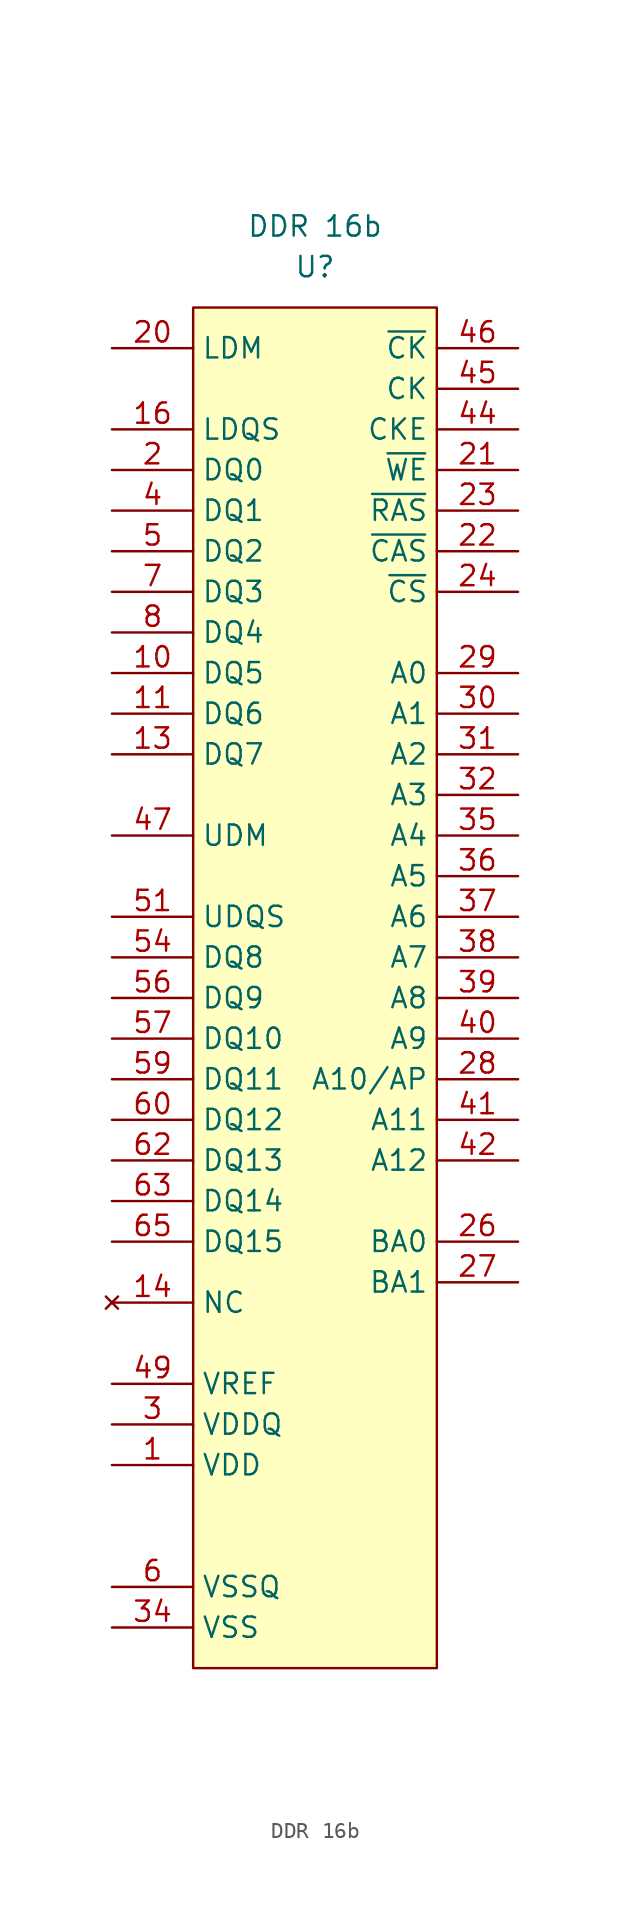
<source format=kicad_sym>
(kicad_symbol_lib
  (version 20211014)
  (generator kicad_symbol_editor)
  (symbol "DDR 16b"
    (property "Reference" "U"
      (at 0 2.54 0)
      (effects (font (size 1.27 1.27))))
    (property "Value" "DDR 16b"
      (at 0 5.08 0)
      (effects (font (size 1.27 1.27))))
    (symbol "DDR 16b_0_0"
      (pin passive line (at -12.7 -22.86 0) (length 5.08) (name "DQ5" (effects (font (size 1.27 1.27)))) (number "10" (effects (font (size 1.27 1.27)))))
      (pin passive line (at -12.7 -25.4 0) (length 5.08) (name "DQ6" (effects (font (size 1.27 1.27)))) (number "11" (effects (font (size 1.27 1.27)))))
      (pin passive line (at -12.7 -27.94 0) (length 5.08) (name "DQ7" (effects (font (size 1.27 1.27)))) (number "13" (effects (font (size 1.27 1.27)))))
      (pin passive line (at -12.7 -7.62 0) (length 5.08) (name "LDQS" (effects (font (size 1.27 1.27)))) (number "16" (effects (font (size 1.27 1.27)))))
      (pin no_connect line (at -12.7 -62.23 0) (length 5.08) hide (name "NC" (effects (font (size 1.27 1.27)))) (number "17" (effects (font (size 1.27 1.27)))))
      (pin passive line (at -12.7 -72.39 0) (length 5.08) hide (name "VDD" (effects (font (size 1.27 1.27)))) (number "18" (effects (font (size 1.27 1.27)))))
      (pin no_connect line (at -12.7 -62.23 0) (length 5.08) hide (name "NC" (effects (font (size 1.27 1.27)))) (number "19" (effects (font (size 1.27 1.27)))))
      (pin passive line (at -12.7 -10.16 0) (length 5.08) (name "DQ0" (effects (font (size 1.27 1.27)))) (number "2" (effects (font (size 1.27 1.27)))))
      (pin passive line (at -12.7 -2.54 0) (length 5.08) (name "LDM" (effects (font (size 1.27 1.27)))) (number "20" (effects (font (size 1.27 1.27)))))
      (pin passive line (at 12.7 -10.16 180) (length 5.08) (name "~{WE}" (effects (font (size 1.27 1.27)))) (number "21" (effects (font (size 1.27 1.27)))))
      (pin passive line (at 12.7 -15.24 180) (length 5.08) (name "~{CAS}" (effects (font (size 1.27 1.27)))) (number "22" (effects (font (size 1.27 1.27)))))
      (pin passive line (at 12.7 -12.7 180) (length 5.08) (name "~{RAS}" (effects (font (size 1.27 1.27)))) (number "23" (effects (font (size 1.27 1.27)))))
      (pin passive line (at 12.7 -17.78 180) (length 5.08) (name "~{CS}" (effects (font (size 1.27 1.27)))) (number "24" (effects (font (size 1.27 1.27)))))
      (pin no_connect line (at -12.7 -62.23 0) (length 5.08) hide (name "NC" (effects (font (size 1.27 1.27)))) (number "25" (effects (font (size 1.27 1.27)))))
      (pin passive line (at 12.7 -58.42 180) (length 5.08) (name "BA0" (effects (font (size 1.27 1.27)))) (number "26" (effects (font (size 1.27 1.27)))))
      (pin passive line (at 12.7 -60.96 180) (length 5.08) (name "BA1" (effects (font (size 1.27 1.27)))) (number "27" (effects (font (size 1.27 1.27)))))
      (pin passive line (at 12.7 -48.26 180) (length 5.08) (name "A10/AP" (effects (font (size 1.27 1.27)))) (number "28" (effects (font (size 1.27 1.27)))))
      (pin passive line (at 12.7 -22.86 180) (length 5.08) (name "A0" (effects (font (size 1.27 1.27)))) (number "29" (effects (font (size 1.27 1.27)))))
      (pin passive line (at 12.7 -25.4 180) (length 5.08) (name "A1" (effects (font (size 1.27 1.27)))) (number "30" (effects (font (size 1.27 1.27)))))
      (pin passive line (at 12.7 -27.94 180) (length 5.08) (name "A2" (effects (font (size 1.27 1.27)))) (number "31" (effects (font (size 1.27 1.27)))))
      (pin passive line (at 12.7 -30.48 180) (length 5.08) (name "A3" (effects (font (size 1.27 1.27)))) (number "32" (effects (font (size 1.27 1.27)))))
      (pin passive line (at -12.7 -72.39 0) (length 5.08) hide (name "VDD" (effects (font (size 1.27 1.27)))) (number "33" (effects (font (size 1.27 1.27)))))
      (pin passive line (at 12.7 -33.02 180) (length 5.08) (name "A4" (effects (font (size 1.27 1.27)))) (number "35" (effects (font (size 1.27 1.27)))))
      (pin passive line (at 12.7 -35.56 180) (length 5.08) (name "A5" (effects (font (size 1.27 1.27)))) (number "36" (effects (font (size 1.27 1.27)))))
      (pin passive line (at 12.7 -38.1 180) (length 5.08) (name "A6" (effects (font (size 1.27 1.27)))) (number "37" (effects (font (size 1.27 1.27)))))
      (pin passive line (at 12.7 -40.64 180) (length 5.08) (name "A7" (effects (font (size 1.27 1.27)))) (number "38" (effects (font (size 1.27 1.27)))))
      (pin passive line (at 12.7 -43.18 180) (length 5.08) (name "A8" (effects (font (size 1.27 1.27)))) (number "39" (effects (font (size 1.27 1.27)))))
      (pin passive line (at -12.7 -12.7 0) (length 5.08) (name "DQ1" (effects (font (size 1.27 1.27)))) (number "4" (effects (font (size 1.27 1.27)))))
      (pin passive line (at 12.7 -45.72 180) (length 5.08) (name "A9" (effects (font (size 1.27 1.27)))) (number "40" (effects (font (size 1.27 1.27)))))
      (pin passive line (at 12.7 -50.8 180) (length 5.08) (name "A11" (effects (font (size 1.27 1.27)))) (number "41" (effects (font (size 1.27 1.27)))))
      (pin passive line (at 12.7 -53.34 180) (length 5.08) (name "A12" (effects (font (size 1.27 1.27)))) (number "42" (effects (font (size 1.27 1.27)))))
      (pin no_connect line (at -12.7 -62.23 0) (length 5.08) hide (name "NC" (effects (font (size 1.27 1.27)))) (number "43" (effects (font (size 1.27 1.27)))))
      (pin passive line (at 12.7 -7.62 180) (length 5.08) (name "CKE" (effects (font (size 1.27 1.27)))) (number "44" (effects (font (size 1.27 1.27)))))
      (pin passive line (at 12.7 -5.08 180) (length 5.08) (name "CK" (effects (font (size 1.27 1.27)))) (number "45" (effects (font (size 1.27 1.27)))))
      (pin passive line (at 12.7 -2.54 180) (length 5.08) (name "~{CK}" (effects (font (size 1.27 1.27)))) (number "46" (effects (font (size 1.27 1.27)))))
      (pin passive line (at -12.7 -82.55 0) (length 5.08) hide (name "VSS" (effects (font (size 1.27 1.27)))) (number "48" (effects (font (size 1.27 1.27)))))
      (pin passive line (at -12.7 -67.31 0) (length 5.08) (name "VREF" (effects (font (size 1.27 1.27)))) (number "49" (effects (font (size 1.27 1.27)))))
      (pin passive line (at -12.7 -15.24 0) (length 5.08) (name "DQ2" (effects (font (size 1.27 1.27)))) (number "5" (effects (font (size 1.27 1.27)))))
      (pin no_connect line (at -12.7 -62.23 0) (length 5.08) hide (name "NC" (effects (font (size 1.27 1.27)))) (number "50" (effects (font (size 1.27 1.27)))))
      (pin no_connect line (at -12.7 -62.23 0) (length 5.08) hide (name "NC" (effects (font (size 1.27 1.27)))) (number "53" (effects (font (size 1.27 1.27)))))
      (pin passive line (at -12.7 -82.55 0) (length 5.08) hide (name "VSS" (effects (font (size 1.27 1.27)))) (number "66" (effects (font (size 1.27 1.27)))))
      (pin passive line (at -12.7 -17.78 0) (length 5.08) (name "DQ3" (effects (font (size 1.27 1.27)))) (number "7" (effects (font (size 1.27 1.27)))))
      (pin passive line (at -12.7 -20.32 0) (length 5.08) (name "DQ4" (effects (font (size 1.27 1.27)))) (number "8" (effects (font (size 1.27 1.27))))))
    (symbol "DDR 16b_0_1"
      (rectangle (start -7.62 0) (end 7.62 -85.09) (stroke (width 0.152) (type default) (color 0 0 0 0)) (fill (type background))))
    (symbol "DDR 16b_1_1"
      (pin passive line (at -12.7 -72.39 0) (length 5.08) (name "VDD" (effects (font (size 1.27 1.27)))) (number "1" (effects (font (size 1.27 1.27)))))
      (pin passive line (at -12.7 -80.01 0) (length 5.08) hide (name "VSSQ" (effects (font (size 1.27 1.27)))) (number "12" (effects (font (size 1.27 1.27)))))
      (pin no_connect line (at -12.7 -62.23 0) (length 5.08) (name "NC" (effects (font (size 1.27 1.27)))) (number "14" (effects (font (size 1.27 1.27)))))
      (pin passive line (at -12.7 -69.85 0) (length 5.08) hide (name "VDDQ" (effects (font (size 1.27 1.27)))) (number "15" (effects (font (size 1.27 1.27)))))
      (pin passive line (at -12.7 -69.85 0) (length 5.08) (name "VDDQ" (effects (font (size 1.27 1.27)))) (number "3" (effects (font (size 1.27 1.27)))))
      (pin passive line (at -12.7 -82.55 0) (length 5.08) (name "VSS" (effects (font (size 1.27 1.27)))) (number "34" (effects (font (size 1.27 1.27)))))
      (pin passive line (at -12.7 -33.02 0) (length 5.08) (name "UDM" (effects (font (size 1.27 1.27)))) (number "47" (effects (font (size 1.27 1.27)))))
      (pin passive line (at -12.7 -38.1 0) (length 5.08) (name "UDQS" (effects (font (size 1.27 1.27)))) (number "51" (effects (font (size 1.27 1.27)))))
      (pin passive line (at -12.7 -80.01 0) (length 5.08) hide (name "VSSQ" (effects (font (size 1.27 1.27)))) (number "52" (effects (font (size 1.27 1.27)))))
      (pin passive line (at -12.7 -40.64 0) (length 5.08) (name "DQ8" (effects (font (size 1.27 1.27)))) (number "54" (effects (font (size 1.27 1.27)))))
      (pin passive line (at -12.7 -69.85 0) (length 5.08) hide (name "VDDQ" (effects (font (size 1.27 1.27)))) (number "55" (effects (font (size 1.27 1.27)))))
      (pin passive line (at -12.7 -43.18 0) (length 5.08) (name "DQ9" (effects (font (size 1.27 1.27)))) (number "56" (effects (font (size 1.27 1.27)))))
      (pin passive line (at -12.7 -45.72 0) (length 5.08) (name "DQ10" (effects (font (size 1.27 1.27)))) (number "57" (effects (font (size 1.27 1.27)))))
      (pin passive line (at -12.7 -80.01 0) (length 5.08) hide (name "VSSQ" (effects (font (size 1.27 1.27)))) (number "58" (effects (font (size 1.27 1.27)))))
      (pin passive line (at -12.7 -48.26 0) (length 5.08) (name "DQ11" (effects (font (size 1.27 1.27)))) (number "59" (effects (font (size 1.27 1.27)))))
      (pin passive line (at -12.7 -80.01 0) (length 5.08) (name "VSSQ" (effects (font (size 1.27 1.27)))) (number "6" (effects (font (size 1.27 1.27)))))
      (pin passive line (at -12.7 -50.8 0) (length 5.08) (name "DQ12" (effects (font (size 1.27 1.27)))) (number "60" (effects (font (size 1.27 1.27)))))
      (pin passive line (at -12.7 -69.85 0) (length 5.08) hide (name "VDDQ" (effects (font (size 1.27 1.27)))) (number "61" (effects (font (size 1.27 1.27)))))
      (pin passive line (at -12.7 -53.34 0) (length 5.08) (name "DQ13" (effects (font (size 1.27 1.27)))) (number "62" (effects (font (size 1.27 1.27)))))
      (pin passive line (at -12.7 -55.88 0) (length 5.08) (name "DQ14" (effects (font (size 1.27 1.27)))) (number "63" (effects (font (size 1.27 1.27)))))
      (pin passive line (at -12.7 -80.01 0) (length 5.08) hide (name "VSSQ" (effects (font (size 1.27 1.27)))) (number "64" (effects (font (size 1.27 1.27)))))
      (pin passive line (at -12.7 -58.42 0) (length 5.08) (name "DQ15" (effects (font (size 1.27 1.27)))) (number "65" (effects (font (size 1.27 1.27)))))
      (pin passive line (at -12.7 -69.85 0) (length 5.08) hide (name "VDDQ" (effects (font (size 1.27 1.27)))) (number "9" (effects (font (size 1.27 1.27))))))))
</source>
